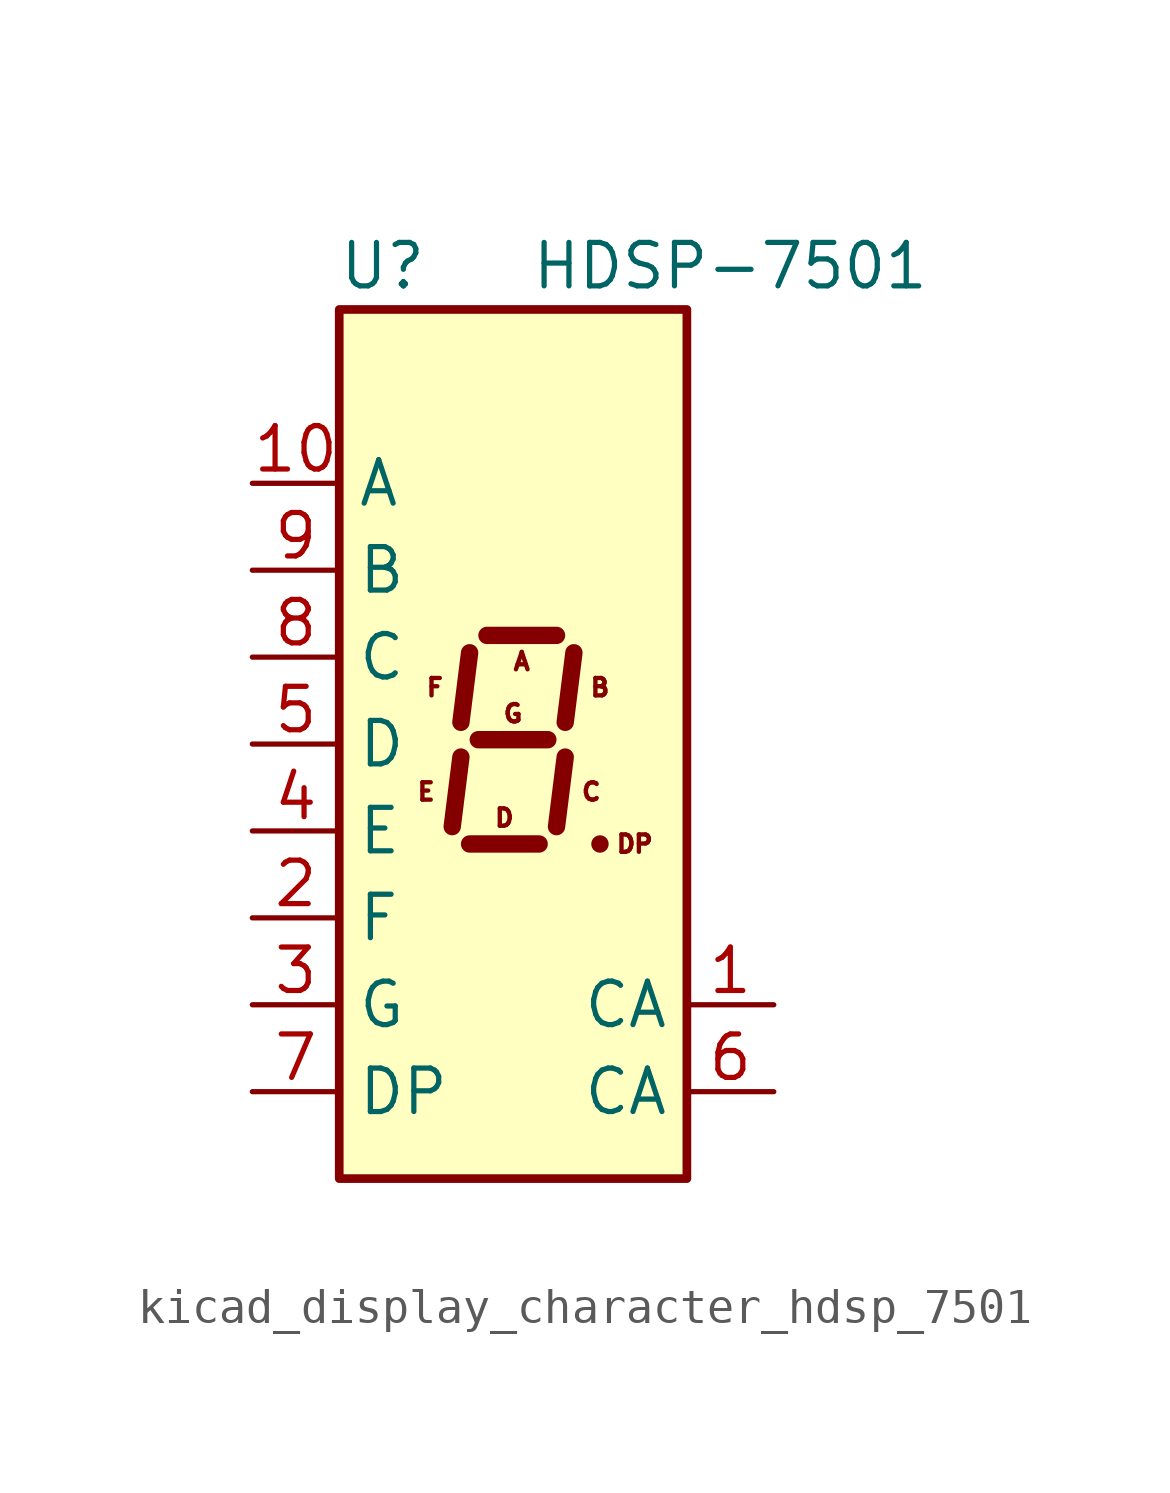
<source format=kicad_sym>
(kicad_symbol_lib
  (version 20220914)
  (generator kicad_symbol_editor)
  (symbol "kicad_display_character_hdsp_7501"
    (property "Reference" "U"
      (at -3.81 13.97 0)
      (effects (font (size 1.27 1.27))))
    (property "Value" "HDSP-7501"
      (at 6.35 13.97 0)
      (effects (font (size 1.27 1.27))))
    (symbol "kicad_display_character_hdsp_7501_1_0"
      (text "A" (at 0.254 2.413 0) (effects (font (size 0.508 0.508))))
      (text "B" (at 2.54 1.651 0) (effects (font (size 0.508 0.508))))
      (text "C" (at 2.286 -1.397 0) (effects (font (size 0.508 0.508))))
      (text "D" (at -0.254 -2.159 0) (effects (font (size 0.508 0.508))))
      (text "DP" (at 3.556 -2.921 0) (effects (font (size 0.508 0.508))))
      (text "E" (at -2.54 -1.397 0) (effects (font (size 0.508 0.508))))
      (text "F" (at -2.286 1.651 0) (effects (font (size 0.508 0.508))))
      (text "G" (at 0 0.889 0) (effects (font (size 0.508 0.508)))))
    (symbol "kicad_display_character_hdsp_7501_1_1"
      (rectangle (start -5.08 12.7) (end 5.08 -12.7) (stroke (width 0.254) (type default)) (fill (type background)))
      (polyline (pts (xy -1.524 -0.381) (xy -1.778 -2.413)) (stroke (width 0.508) (type default)) (fill (type none)))
      (polyline (pts (xy -1.27 -2.921) (xy 0.762 -2.921)) (stroke (width 0.508) (type default)) (fill (type none)))
      (polyline (pts (xy -1.27 2.667) (xy -1.524 0.635)) (stroke (width 0.508) (type default)) (fill (type none)))
      (polyline (pts (xy -1.016 0.127) (xy 1.016 0.127)) (stroke (width 0.508) (type default)) (fill (type none)))
      (polyline (pts (xy -0.762 3.175) (xy 1.27 3.175)) (stroke (width 0.508) (type default)) (fill (type none)))
      (polyline (pts (xy 1.524 -0.381) (xy 1.27 -2.413)) (stroke (width 0.508) (type default)) (fill (type none)))
      (polyline (pts (xy 1.778 2.667) (xy 1.524 0.635)) (stroke (width 0.508) (type default)) (fill (type none)))
      (polyline (pts (xy 2.54 -2.921) (xy 2.54 -2.921)) (stroke (width 0.508) (type default)) (fill (type none)))
      (pin input line (at 7.62 -7.62 180) (length 2.54) (name "CA" (effects (font (size 1.27 1.27)))) (number "1" (effects (font (size 1.27 1.27)))))
      (pin input line (at -7.62 7.62 0) (length 2.54) (name "A" (effects (font (size 1.27 1.27)))) (number "10" (effects (font (size 1.27 1.27)))))
      (pin input line (at -7.62 -5.08 0) (length 2.54) (name "F" (effects (font (size 1.27 1.27)))) (number "2" (effects (font (size 1.27 1.27)))))
      (pin input line (at -7.62 -7.62 0) (length 2.54) (name "G" (effects (font (size 1.27 1.27)))) (number "3" (effects (font (size 1.27 1.27)))))
      (pin input line (at -7.62 -2.54 0) (length 2.54) (name "E" (effects (font (size 1.27 1.27)))) (number "4" (effects (font (size 1.27 1.27)))))
      (pin input line (at -7.62 0 0) (length 2.54) (name "D" (effects (font (size 1.27 1.27)))) (number "5" (effects (font (size 1.27 1.27)))))
      (pin input line (at 7.62 -10.16 180) (length 2.54) (name "CA" (effects (font (size 1.27 1.27)))) (number "6" (effects (font (size 1.27 1.27)))))
      (pin input line (at -7.62 -10.16 0) (length 2.54) (name "DP" (effects (font (size 1.27 1.27)))) (number "7" (effects (font (size 1.27 1.27)))))
      (pin input line (at -7.62 2.54 0) (length 2.54) (name "C" (effects (font (size 1.27 1.27)))) (number "8" (effects (font (size 1.27 1.27)))))
      (pin input line (at -7.62 5.08 0) (length 2.54) (name "B" (effects (font (size 1.27 1.27)))) (number "9" (effects (font (size 1.27 1.27))))))))
</source>
